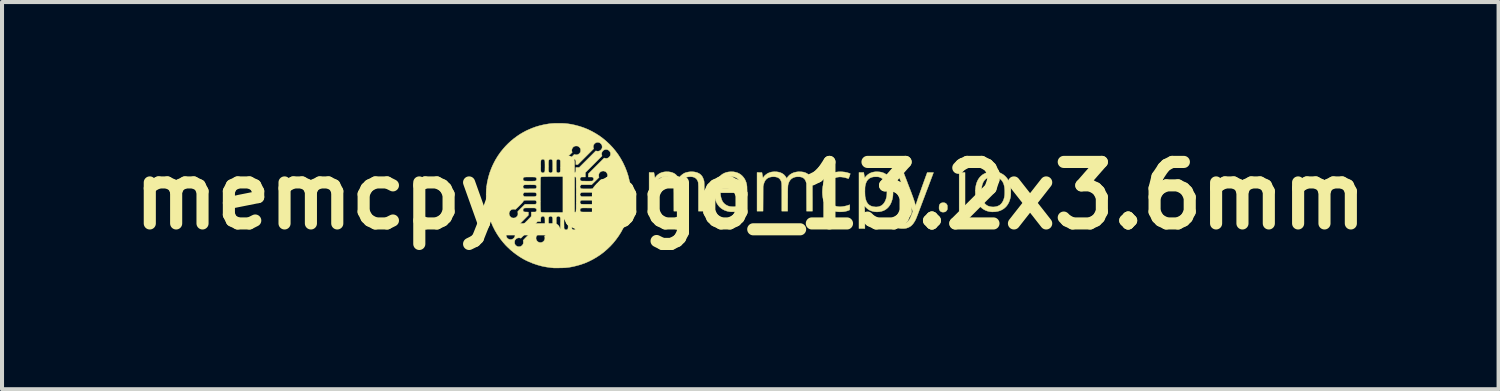
<source format=kicad_pcb>
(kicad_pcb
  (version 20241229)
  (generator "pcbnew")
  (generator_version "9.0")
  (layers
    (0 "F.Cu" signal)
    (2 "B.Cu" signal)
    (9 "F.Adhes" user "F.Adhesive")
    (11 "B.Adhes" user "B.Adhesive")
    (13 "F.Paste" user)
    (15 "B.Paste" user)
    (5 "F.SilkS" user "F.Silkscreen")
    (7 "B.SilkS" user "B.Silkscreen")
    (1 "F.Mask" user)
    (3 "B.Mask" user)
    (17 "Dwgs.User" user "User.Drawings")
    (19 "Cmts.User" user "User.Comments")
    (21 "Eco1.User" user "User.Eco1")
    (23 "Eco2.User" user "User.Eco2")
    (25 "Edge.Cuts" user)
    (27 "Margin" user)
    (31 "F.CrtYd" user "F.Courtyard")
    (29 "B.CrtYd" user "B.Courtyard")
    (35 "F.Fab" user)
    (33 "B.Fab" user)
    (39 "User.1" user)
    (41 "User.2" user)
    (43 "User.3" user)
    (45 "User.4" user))
  (footprint "memcpy_logo_13.2x3.6mm"
    (layer "F.Cu")
    (at 15.538 1.796)
    (property "Reference" "memcpy_logo_13.2x3.6mm" (at 0 0 0) (layer "F.SilkS") (effects (font (size 1.524 1.524) (thickness 0.3))))
    (attr through_hole)
    (fp_poly (pts (xy 5.319 0.385) (xy 5.174 0.385) (xy 5.174 -0.573) (xy 5.319 -0.573) (xy 5.319 0.385)) (stroke (width 0.01) (type solid)) (fill yes) (layer "F.SilkS"))
    (fp_poly (pts (xy 5.271 -0.927) (xy 5.291 -0.919) (xy 5.309 -0.905) (xy 5.311 -0.902) (xy 5.322 -0.886) (xy 5.329 -0.868) (xy 5.332 -0.846) (xy 5.332 -0.836) (xy 5.329 -0.808) (xy 5.322 -0.784) (xy 5.31 -0.765) (xy 5.293 -0.751) (xy 5.286 -0.747) (xy 5.271 -0.742) (xy 5.254 -0.739) (xy 5.237 -0.738) (xy 5.225 -0.74) (xy 5.202 -0.751) (xy 5.183 -0.767) (xy 5.17 -0.787) (xy 5.162 -0.811) (xy 5.16 -0.838) (xy 5.165 -0.867) (xy 5.174 -0.891) (xy 5.187 -0.909) (xy 5.204 -0.922) (xy 5.226 -0.928) (xy 5.246 -0.93) (xy 5.271 -0.927)) (stroke (width 0.01) (type solid)) (fill yes) (layer "F.SilkS"))
    (fp_poly (pts (xy 4.802 0.176) (xy 4.827 0.183) (xy 4.848 0.196) (xy 4.865 0.214) (xy 4.872 0.226) (xy 4.876 0.234) (xy 4.879 0.242) (xy 4.881 0.25) (xy 4.882 0.261) (xy 4.882 0.276) (xy 4.882 0.292) (xy 4.882 0.312) (xy 4.882 0.327) (xy 4.88 0.337) (xy 4.878 0.345) (xy 4.876 0.352) (xy 4.874 0.354) (xy 4.86 0.376) (xy 4.843 0.392) (xy 4.823 0.402) (xy 4.799 0.408) (xy 4.784 0.409) (xy 4.762 0.409) (xy 4.745 0.406) (xy 4.741 0.405) (xy 4.72 0.395) (xy 4.704 0.382) (xy 4.692 0.365) (xy 4.687 0.357) (xy 4.682 0.345) (xy 4.679 0.335) (xy 4.677 0.325) (xy 4.676 0.311) (xy 4.676 0.296) (xy 4.677 0.272) (xy 4.679 0.252) (xy 4.683 0.236) (xy 4.69 0.221) (xy 4.696 0.212) (xy 4.711 0.195) (xy 4.729 0.184) (xy 4.752 0.177) (xy 4.772 0.175) (xy 4.802 0.176)) (stroke (width 0.01) (type solid)) (fill yes) (layer "F.SilkS"))
    (fp_poly (pts (xy 2.28 -0.589) (xy 2.332 -0.584) (xy 2.379 -0.575) (xy 2.393 -0.572) (xy 2.409 -0.567) (xy 2.427 -0.562) (xy 2.444 -0.556) (xy 2.459 -0.551) (xy 2.469 -0.547) (xy 2.474 -0.545) (xy 2.475 -0.542) (xy 2.474 -0.536) (xy 2.471 -0.525) (xy 2.466 -0.509) (xy 2.458 -0.487) (xy 2.457 -0.483) (xy 2.449 -0.463) (xy 2.443 -0.446) (xy 2.438 -0.433) (xy 2.435 -0.425) (xy 2.433 -0.422) (xy 2.429 -0.422) (xy 2.42 -0.425) (xy 2.407 -0.428) (xy 2.398 -0.431) (xy 2.35 -0.445) (xy 2.303 -0.455) (xy 2.259 -0.461) (xy 2.219 -0.463) (xy 2.201 -0.462) (xy 2.154 -0.456) (xy 2.112 -0.444) (xy 2.075 -0.427) (xy 2.042 -0.404) (xy 2.014 -0.376) (xy 1.99 -0.342) (xy 1.971 -0.303) (xy 1.955 -0.257) (xy 1.944 -0.206) (xy 1.938 -0.149) (xy 1.938 -0.149) (xy 1.935 -0.095) (xy 1.937 -0.042) (xy 1.942 0.009) (xy 1.951 0.056) (xy 1.963 0.099) (xy 1.968 0.112) (xy 1.982 0.141) (xy 1.997 0.167) (xy 2.017 0.191) (xy 2.03 0.205) (xy 2.056 0.228) (xy 2.082 0.246) (xy 2.111 0.259) (xy 2.144 0.268) (xy 2.181 0.273) (xy 2.201 0.275) (xy 2.244 0.275) (xy 2.29 0.27) (xy 2.339 0.262) (xy 2.387 0.251) (xy 2.433 0.236) (xy 2.457 0.227) (xy 2.46 0.226) (xy 2.461 0.228) (xy 2.463 0.232) (xy 2.463 0.24) (xy 2.464 0.252) (xy 2.464 0.27) (xy 2.464 0.288) (xy 2.464 0.313) (xy 2.463 0.332) (xy 2.462 0.344) (xy 2.461 0.352) (xy 2.459 0.355) (xy 2.452 0.359) (xy 2.44 0.364) (xy 2.424 0.371) (xy 2.406 0.377) (xy 2.388 0.382) (xy 2.38 0.384) (xy 2.345 0.392) (xy 2.305 0.398) (xy 2.262 0.401) (xy 2.219 0.402) (xy 2.178 0.401) (xy 2.141 0.397) (xy 2.139 0.397) (xy 2.084 0.386) (xy 2.033 0.369) (xy 1.987 0.346) (xy 1.945 0.317) (xy 1.907 0.283) (xy 1.875 0.244) (xy 1.846 0.198) (xy 1.84 0.186) (xy 1.821 0.141) (xy 1.805 0.093) (xy 1.795 0.04) (xy 1.788 -0.017) (xy 1.785 -0.079) (xy 1.785 -0.09) (xy 1.788 -0.159) (xy 1.795 -0.222) (xy 1.807 -0.28) (xy 1.824 -0.333) (xy 1.846 -0.381) (xy 1.873 -0.425) (xy 1.906 -0.465) (xy 1.919 -0.479) (xy 1.955 -0.511) (xy 1.995 -0.537) (xy 2.038 -0.558) (xy 2.085 -0.574) (xy 2.128 -0.583) (xy 2.177 -0.589) (xy 2.228 -0.591) (xy 2.28 -0.589)) (stroke (width 0.01) (type solid)) (fill yes) (layer "F.SilkS"))
    (fp_poly (pts (xy -0.416 -0.589) (xy -0.366 -0.58) (xy -0.319 -0.566) (xy -0.276 -0.546) (xy -0.236 -0.52) (xy -0.2 -0.488) (xy -0.196 -0.484) (xy -0.165 -0.448) (xy -0.139 -0.41) (xy -0.119 -0.37) (xy -0.102 -0.325) (xy -0.092 -0.285) (xy -0.089 -0.271) (xy -0.087 -0.258) (xy -0.085 -0.244) (xy -0.083 -0.228) (xy -0.082 -0.208) (xy -0.082 -0.184) (xy -0.081 -0.157) (xy -0.079 -0.069) (xy -0.741 -0.069) (xy -0.739 -0.037) (xy -0.734 0.008) (xy -0.724 0.052) (xy -0.711 0.094) (xy -0.695 0.132) (xy -0.68 0.157) (xy -0.655 0.188) (xy -0.625 0.215) (xy -0.589 0.238) (xy -0.551 0.256) (xy -0.521 0.265) (xy -0.484 0.272) (xy -0.442 0.275) (xy -0.397 0.275) (xy -0.349 0.271) (xy -0.3 0.264) (xy -0.251 0.254) (xy -0.203 0.241) (xy -0.161 0.227) (xy -0.148 0.222) (xy -0.136 0.218) (xy -0.128 0.215) (xy -0.128 0.215) (xy -0.12 0.213) (xy -0.12 0.34) (xy -0.13 0.345) (xy -0.158 0.356) (xy -0.19 0.367) (xy -0.226 0.378) (xy -0.262 0.387) (xy -0.296 0.394) (xy -0.299 0.394) (xy -0.32 0.397) (xy -0.345 0.399) (xy -0.374 0.4) (xy -0.405 0.401) (xy -0.436 0.401) (xy -0.465 0.401) (xy -0.491 0.4) (xy -0.512 0.398) (xy -0.519 0.397) (xy -0.576 0.385) (xy -0.63 0.367) (xy -0.678 0.343) (xy -0.722 0.314) (xy -0.762 0.28) (xy -0.796 0.24) (xy -0.825 0.196) (xy -0.836 0.175) (xy -0.855 0.133) (xy -0.869 0.09) (xy -0.88 0.045) (xy -0.886 -0.003) (xy -0.89 -0.056) (xy -0.89 -0.087) (xy -0.888 -0.156) (xy -0.883 -0.194) (xy -0.737 -0.194) (xy -0.737 -0.185) (xy -0.236 -0.185) (xy -0.236 -0.208) (xy -0.237 -0.23) (xy -0.24 -0.257) (xy -0.245 -0.284) (xy -0.252 -0.309) (xy -0.255 -0.319) (xy -0.27 -0.356) (xy -0.291 -0.388) (xy -0.316 -0.416) (xy -0.346 -0.439) (xy -0.38 -0.455) (xy -0.405 -0.463) (xy -0.427 -0.467) (xy -0.454 -0.469) (xy -0.482 -0.469) (xy -0.509 -0.468) (xy -0.533 -0.464) (xy -0.539 -0.463) (xy -0.578 -0.45) (xy -0.614 -0.431) (xy -0.645 -0.405) (xy -0.672 -0.375) (xy -0.695 -0.338) (xy -0.713 -0.297) (xy -0.727 -0.25) (xy -0.729 -0.24) (xy -0.732 -0.224) (xy -0.735 -0.209) (xy -0.736 -0.198) (xy -0.737 -0.194) (xy -0.883 -0.194) (xy -0.881 -0.219) (xy -0.868 -0.277) (xy -0.851 -0.331) (xy -0.828 -0.38) (xy -0.801 -0.423) (xy -0.767 -0.466) (xy -0.73 -0.503) (xy -0.689 -0.533) (xy -0.644 -0.557) (xy -0.596 -0.575) (xy -0.544 -0.586) (xy -0.489 -0.591) (xy -0.472 -0.591) (xy -0.416 -0.589)) (stroke (width 0.01) (type solid)) (fill yes) (layer "F.SilkS"))
    (fp_poly (pts (xy 6.039 -0.59) (xy 6.094 -0.586) (xy 6.143 -0.577) (xy 6.188 -0.563) (xy 6.229 -0.543) (xy 6.269 -0.518) (xy 6.306 -0.488) (xy 6.313 -0.481) (xy 6.347 -0.445) (xy 6.375 -0.407) (xy 6.399 -0.365) (xy 6.419 -0.319) (xy 6.435 -0.268) (xy 6.443 -0.233) (xy 6.446 -0.218) (xy 6.449 -0.205) (xy 6.45 -0.192) (xy 6.452 -0.179) (xy 6.452 -0.163) (xy 6.453 -0.144) (xy 6.453 -0.12) (xy 6.453 -0.096) (xy 6.453 -0.058) (xy 6.452 -0.025) (xy 6.45 0.003) (xy 6.447 0.029) (xy 6.442 0.053) (xy 6.436 0.078) (xy 6.428 0.105) (xy 6.426 0.112) (xy 6.406 0.165) (xy 6.38 0.213) (xy 6.35 0.256) (xy 6.314 0.294) (xy 6.274 0.327) (xy 6.23 0.353) (xy 6.182 0.375) (xy 6.129 0.39) (xy 6.073 0.399) (xy 6.014 0.402) (xy 6.009 0.402) (xy 5.982 0.402) (xy 5.953 0.399) (xy 5.928 0.396) (xy 5.925 0.395) (xy 5.872 0.383) (xy 5.822 0.364) (xy 5.777 0.339) (xy 5.735 0.309) (xy 5.698 0.274) (xy 5.666 0.233) (xy 5.638 0.188) (xy 5.615 0.138) (xy 5.597 0.084) (xy 5.584 0.025) (xy 5.576 -0.037) (xy 5.574 -0.094) (xy 5.725 -0.094) (xy 5.727 -0.032) (xy 5.734 0.025) (xy 5.745 0.076) (xy 5.761 0.121) (xy 5.782 0.161) (xy 5.807 0.195) (xy 5.836 0.224) (xy 5.864 0.244) (xy 5.897 0.26) (xy 5.934 0.271) (xy 5.974 0.278) (xy 6.015 0.281) (xy 6.057 0.278) (xy 6.091 0.272) (xy 6.127 0.261) (xy 6.159 0.247) (xy 6.187 0.229) (xy 6.21 0.208) (xy 6.235 0.178) (xy 6.257 0.142) (xy 6.275 0.101) (xy 6.289 0.055) (xy 6.295 0.026) (xy 6.299 -0.003) (xy 6.302 -0.036) (xy 6.303 -0.073) (xy 6.303 -0.111) (xy 6.302 -0.148) (xy 6.299 -0.183) (xy 6.295 -0.214) (xy 6.292 -0.231) (xy 6.281 -0.275) (xy 6.267 -0.313) (xy 6.25 -0.345) (xy 6.229 -0.375) (xy 6.204 -0.401) (xy 6.203 -0.402) (xy 6.172 -0.426) (xy 6.138 -0.445) (xy 6.099 -0.458) (xy 6.056 -0.466) (xy 6.009 -0.468) (xy 5.993 -0.467) (xy 5.964 -0.465) (xy 5.939 -0.461) (xy 5.917 -0.456) (xy 5.894 -0.448) (xy 5.876 -0.439) (xy 5.842 -0.419) (xy 5.812 -0.393) (xy 5.787 -0.362) (xy 5.766 -0.325) (xy 5.75 -0.283) (xy 5.737 -0.235) (xy 5.729 -0.181) (xy 5.725 -0.121) (xy 5.725 -0.094) (xy 5.574 -0.094) (xy 5.574 -0.103) (xy 5.574 -0.12) (xy 5.579 -0.186) (xy 5.589 -0.247) (xy 5.603 -0.304) (xy 5.623 -0.355) (xy 5.647 -0.402) (xy 5.677 -0.445) (xy 5.707 -0.478) (xy 5.746 -0.512) (xy 5.789 -0.539) (xy 5.836 -0.561) (xy 5.887 -0.577) (xy 5.942 -0.587) (xy 6.002 -0.591) (xy 6.039 -0.59)) (stroke (width 0.01) (type solid)) (fill yes) (layer "F.SilkS"))
    (fp_poly (pts (xy 3.195 -0.588) (xy 3.247 -0.58) (xy 3.294 -0.565) (xy 3.338 -0.544) (xy 3.378 -0.517) (xy 3.414 -0.484) (xy 3.446 -0.444) (xy 3.465 -0.416) (xy 3.486 -0.375) (xy 3.503 -0.33) (xy 3.518 -0.278) (xy 3.528 -0.229) (xy 3.532 -0.198) (xy 3.535 -0.162) (xy 3.536 -0.123) (xy 3.536 -0.083) (xy 3.535 -0.043) (xy 3.533 -0.005) (xy 3.529 0.029) (xy 3.527 0.04) (xy 3.514 0.101) (xy 3.496 0.156) (xy 3.474 0.206) (xy 3.447 0.251) (xy 3.416 0.29) (xy 3.38 0.324) (xy 3.34 0.352) (xy 3.296 0.374) (xy 3.249 0.389) (xy 3.197 0.399) (xy 3.142 0.403) (xy 3.139 0.403) (xy 3.083 0.4) (xy 3.032 0.39) (xy 2.984 0.375) (xy 2.94 0.353) (xy 2.9 0.325) (xy 2.863 0.291) (xy 2.862 0.29) (xy 2.848 0.276) (xy 2.838 0.266) (xy 2.831 0.262) (xy 2.828 0.263) (xy 2.827 0.269) (xy 2.828 0.273) (xy 2.83 0.288) (xy 2.832 0.308) (xy 2.834 0.334) (xy 2.835 0.366) (xy 2.836 0.404) (xy 2.837 0.448) (xy 2.837 0.499) (xy 2.837 0.557) (xy 2.838 0.601) (xy 2.838 0.816) (xy 2.692 0.816) (xy 2.692 -0.113) (xy 2.839 -0.113) (xy 2.839 -0.083) (xy 2.84 -0.054) (xy 2.841 -0.027) (xy 2.842 -0.003) (xy 2.843 0.016) (xy 2.844 0.024) (xy 2.854 0.074) (xy 2.867 0.119) (xy 2.883 0.157) (xy 2.903 0.19) (xy 2.927 0.217) (xy 2.955 0.239) (xy 2.976 0.251) (xy 3.013 0.266) (xy 3.054 0.275) (xy 3.097 0.28) (xy 3.139 0.28) (xy 3.18 0.274) (xy 3.19 0.271) (xy 3.226 0.258) (xy 3.259 0.239) (xy 3.289 0.213) (xy 3.308 0.19) (xy 3.332 0.154) (xy 3.351 0.114) (xy 3.366 0.068) (xy 3.377 0.024) (xy 3.38 0.005) (xy 3.382 -0.019) (xy 3.383 -0.048) (xy 3.384 -0.079) (xy 3.384 -0.11) (xy 3.384 -0.142) (xy 3.382 -0.171) (xy 3.38 -0.196) (xy 3.378 -0.216) (xy 3.377 -0.22) (xy 3.365 -0.268) (xy 3.35 -0.311) (xy 3.331 -0.349) (xy 3.309 -0.381) (xy 3.285 -0.407) (xy 3.265 -0.424) (xy 3.245 -0.437) (xy 3.223 -0.448) (xy 3.202 -0.456) (xy 3.191 -0.46) (xy 3.181 -0.462) (xy 3.172 -0.464) (xy 3.161 -0.465) (xy 3.147 -0.466) (xy 3.128 -0.466) (xy 3.111 -0.466) (xy 3.087 -0.466) (xy 3.068 -0.465) (xy 3.052 -0.464) (xy 3.04 -0.462) (xy 3.027 -0.459) (xy 3.021 -0.458) (xy 2.988 -0.447) (xy 2.96 -0.433) (xy 2.935 -0.416) (xy 2.919 -0.401) (xy 2.9 -0.379) (xy 2.883 -0.354) (xy 2.87 -0.325) (xy 2.858 -0.291) (xy 2.848 -0.251) (xy 2.844 -0.229) (xy 2.842 -0.215) (xy 2.841 -0.195) (xy 2.84 -0.17) (xy 2.84 -0.143) (xy 2.839 -0.113) (xy 2.692 -0.113) (xy 2.692 -0.573) (xy 2.811 -0.573) (xy 2.815 -0.542) (xy 2.819 -0.517) (xy 2.823 -0.494) (xy 2.826 -0.474) (xy 2.829 -0.458) (xy 2.831 -0.447) (xy 2.833 -0.443) (xy 2.833 -0.443) (xy 2.836 -0.444) (xy 2.842 -0.45) (xy 2.846 -0.455) (xy 2.88 -0.493) (xy 2.916 -0.525) (xy 2.955 -0.55) (xy 2.997 -0.569) (xy 3.043 -0.582) (xy 3.093 -0.59) (xy 3.139 -0.591) (xy 3.195 -0.588)) (stroke (width 0.01) (type solid)) (fill yes) (layer "F.SilkS"))
    (fp_poly (pts (xy 0.659 -0.589) (xy 0.707 -0.581) (xy 0.75 -0.568) (xy 0.789 -0.55) (xy 0.823 -0.526) (xy 0.834 -0.517) (xy 0.85 -0.5) (xy 0.865 -0.482) (xy 0.879 -0.463) (xy 0.889 -0.445) (xy 0.893 -0.437) (xy 0.896 -0.43) (xy 0.899 -0.428) (xy 0.903 -0.431) (xy 0.908 -0.438) (xy 0.914 -0.447) (xy 0.926 -0.462) (xy 0.941 -0.48) (xy 0.958 -0.498) (xy 0.976 -0.514) (xy 0.992 -0.527) (xy 0.996 -0.529) (xy 1.038 -0.554) (xy 1.084 -0.572) (xy 1.133 -0.584) (xy 1.185 -0.591) (xy 1.216 -0.591) (xy 1.267 -0.589) (xy 1.314 -0.583) (xy 1.355 -0.571) (xy 1.392 -0.555) (xy 1.426 -0.534) (xy 1.453 -0.51) (xy 1.476 -0.485) (xy 1.494 -0.457) (xy 1.509 -0.426) (xy 1.52 -0.391) (xy 1.529 -0.35) (xy 1.533 -0.324) (xy 1.534 -0.315) (xy 1.535 -0.305) (xy 1.536 -0.293) (xy 1.536 -0.279) (xy 1.537 -0.261) (xy 1.537 -0.24) (xy 1.538 -0.215) (xy 1.538 -0.186) (xy 1.538 -0.152) (xy 1.538 -0.112) (xy 1.538 -0.067) (xy 1.538 -0.015) (xy 1.539 0.043) (xy 1.539 0.385) (xy 1.394 0.385) (xy 1.391 -0.303) (xy 1.383 -0.332) (xy 1.373 -0.36) (xy 1.362 -0.384) (xy 1.348 -0.404) (xy 1.338 -0.416) (xy 1.316 -0.435) (xy 1.29 -0.45) (xy 1.26 -0.46) (xy 1.225 -0.466) (xy 1.185 -0.467) (xy 1.172 -0.467) (xy 1.142 -0.465) (xy 1.118 -0.462) (xy 1.095 -0.456) (xy 1.074 -0.448) (xy 1.054 -0.439) (xy 1.023 -0.42) (xy 0.996 -0.395) (xy 0.973 -0.364) (xy 0.955 -0.329) (xy 0.949 -0.312) (xy 0.945 -0.301) (xy 0.942 -0.292) (xy 0.939 -0.282) (xy 0.937 -0.273) (xy 0.935 -0.262) (xy 0.933 -0.251) (xy 0.932 -0.238) (xy 0.931 -0.223) (xy 0.93 -0.205) (xy 0.929 -0.184) (xy 0.928 -0.159) (xy 0.928 -0.13) (xy 0.927 -0.096) (xy 0.927 -0.057) (xy 0.927 -0.011) (xy 0.927 0.04) (xy 0.926 0.079) (xy 0.925 0.385) (xy 0.78 0.385) (xy 0.78 0.055) (xy 0.78 -0.005) (xy 0.78 -0.058) (xy 0.78 -0.104) (xy 0.78 -0.145) (xy 0.779 -0.181) (xy 0.779 -0.212) (xy 0.779 -0.238) (xy 0.778 -0.26) (xy 0.777 -0.279) (xy 0.776 -0.295) (xy 0.775 -0.308) (xy 0.773 -0.319) (xy 0.771 -0.329) (xy 0.769 -0.338) (xy 0.767 -0.346) (xy 0.764 -0.353) (xy 0.762 -0.358) (xy 0.747 -0.39) (xy 0.726 -0.416) (xy 0.702 -0.437) (xy 0.672 -0.452) (xy 0.637 -0.462) (xy 0.597 -0.467) (xy 0.576 -0.468) (xy 0.534 -0.466) (xy 0.496 -0.459) (xy 0.461 -0.448) (xy 0.431 -0.433) (xy 0.424 -0.429) (xy 0.399 -0.409) (xy 0.378 -0.386) (xy 0.361 -0.36) (xy 0.346 -0.329) (xy 0.334 -0.292) (xy 0.327 -0.267) (xy 0.318 -0.227) (xy 0.317 0.079) (xy 0.315 0.385) (xy 0.167 0.385) (xy 0.167 -0.573) (xy 0.288 -0.572) (xy 0.296 -0.526) (xy 0.299 -0.507) (xy 0.303 -0.488) (xy 0.305 -0.473) (xy 0.307 -0.463) (xy 0.31 -0.45) (xy 0.314 -0.445) (xy 0.319 -0.446) (xy 0.324 -0.453) (xy 0.341 -0.477) (xy 0.363 -0.501) (xy 0.39 -0.523) (xy 0.418 -0.543) (xy 0.437 -0.554) (xy 0.474 -0.57) (xy 0.511 -0.582) (xy 0.55 -0.588) (xy 0.593 -0.591) (xy 0.605 -0.591) (xy 0.659 -0.589)) (stroke (width 0.01) (type solid)) (fill yes) (layer "F.SilkS"))
    (fp_poly (pts (xy -2.017 -0.589) (xy -1.968 -0.581) (xy -1.923 -0.567) (xy -1.884 -0.549) (xy -1.85 -0.525) (xy -1.821 -0.496) (xy -1.803 -0.473) (xy -1.795 -0.46) (xy -1.789 -0.449) (xy -1.786 -0.442) (xy -1.785 -0.441) (xy -1.783 -0.435) (xy -1.78 -0.432) (xy -1.777 -0.431) (xy -1.772 -0.434) (xy -1.766 -0.441) (xy -1.759 -0.451) (xy -1.736 -0.479) (xy -1.708 -0.505) (xy -1.678 -0.529) (xy -1.647 -0.549) (xy -1.624 -0.561) (xy -1.581 -0.575) (xy -1.534 -0.585) (xy -1.485 -0.591) (xy -1.436 -0.591) (xy -1.387 -0.587) (xy -1.341 -0.577) (xy -1.315 -0.569) (xy -1.277 -0.552) (xy -1.244 -0.531) (xy -1.216 -0.505) (xy -1.192 -0.474) (xy -1.173 -0.438) (xy -1.157 -0.395) (xy -1.149 -0.37) (xy -1.148 -0.365) (xy -1.147 -0.36) (xy -1.146 -0.354) (xy -1.145 -0.348) (xy -1.144 -0.34) (xy -1.144 -0.331) (xy -1.143 -0.319) (xy -1.143 -0.305) (xy -1.142 -0.287) (xy -1.142 -0.266) (xy -1.142 -0.241) (xy -1.141 -0.211) (xy -1.141 -0.177) (xy -1.141 -0.137) (xy -1.141 -0.091) (xy -1.141 -0.039) (xy -1.14 0.02) (xy -1.14 0.023) (xy -1.139 0.385) (xy -1.285 0.385) (xy -1.285 0.049) (xy -1.285 -0.011) (xy -1.285 -0.064) (xy -1.285 -0.111) (xy -1.285 -0.152) (xy -1.285 -0.187) (xy -1.285 -0.218) (xy -1.286 -0.245) (xy -1.287 -0.267) (xy -1.288 -0.286) (xy -1.289 -0.302) (xy -1.29 -0.315) (xy -1.292 -0.326) (xy -1.294 -0.336) (xy -1.296 -0.344) (xy -1.299 -0.352) (xy -1.302 -0.36) (xy -1.306 -0.368) (xy -1.308 -0.373) (xy -1.325 -0.402) (xy -1.348 -0.426) (xy -1.375 -0.445) (xy -1.407 -0.458) (xy -1.425 -0.463) (xy -1.451 -0.466) (xy -1.481 -0.468) (xy -1.512 -0.467) (xy -1.542 -0.464) (xy -1.559 -0.461) (xy -1.599 -0.45) (xy -1.633 -0.434) (xy -1.663 -0.413) (xy -1.688 -0.386) (xy -1.709 -0.354) (xy -1.726 -0.315) (xy -1.737 -0.279) (xy -1.747 -0.241) (xy -1.748 0.072) (xy -1.749 0.385) (xy -1.894 0.385) (xy -1.895 0.043) (xy -1.895 -0.015) (xy -1.895 -0.066) (xy -1.896 -0.11) (xy -1.896 -0.149) (xy -1.896 -0.182) (xy -1.896 -0.21) (xy -1.897 -0.234) (xy -1.897 -0.254) (xy -1.897 -0.27) (xy -1.898 -0.283) (xy -1.899 -0.294) (xy -1.899 -0.302) (xy -1.9 -0.309) (xy -1.901 -0.315) (xy -1.902 -0.32) (xy -1.903 -0.324) (xy -1.904 -0.327) (xy -1.917 -0.363) (xy -1.933 -0.394) (xy -1.953 -0.419) (xy -1.977 -0.438) (xy -2.005 -0.453) (xy -2.038 -0.463) (xy -2.039 -0.463) (xy -2.059 -0.466) (xy -2.083 -0.467) (xy -2.11 -0.467) (xy -2.137 -0.466) (xy -2.161 -0.463) (xy -2.181 -0.46) (xy -2.183 -0.459) (xy -2.221 -0.446) (xy -2.254 -0.427) (xy -2.283 -0.403) (xy -2.307 -0.373) (xy -2.326 -0.338) (xy -2.34 -0.299) (xy -2.343 -0.288) (xy -2.346 -0.277) (xy -2.349 -0.266) (xy -2.351 -0.255) (xy -2.353 -0.243) (xy -2.355 -0.229) (xy -2.356 -0.214) (xy -2.357 -0.196) (xy -2.358 -0.175) (xy -2.359 -0.15) (xy -2.36 -0.122) (xy -2.36 -0.088) (xy -2.36 -0.05) (xy -2.361 -0.006) (xy -2.361 0.045) (xy -2.361 0.092) (xy -2.363 0.385) (xy -2.507 0.385) (xy -2.507 -0.573) (xy -2.388 -0.573) (xy -2.382 -0.54) (xy -2.377 -0.51) (xy -2.373 -0.487) (xy -2.369 -0.469) (xy -2.367 -0.457) (xy -2.364 -0.448) (xy -2.363 -0.444) (xy -2.362 -0.443) (xy -2.362 -0.443) (xy -2.358 -0.445) (xy -2.352 -0.453) (xy -2.347 -0.46) (xy -2.319 -0.495) (xy -2.285 -0.525) (xy -2.247 -0.55) (xy -2.205 -0.569) (xy -2.159 -0.582) (xy -2.11 -0.59) (xy -2.071 -0.591) (xy -2.017 -0.589)) (stroke (width 0.01) (type solid)) (fill yes) (layer "F.SilkS"))
    (fp_poly (pts (xy 3.718 -0.572) (xy 3.796 -0.572) (xy 3.836 -0.468) (xy 3.856 -0.417) (xy 3.873 -0.372) (xy 3.889 -0.331) (xy 3.902 -0.295) (xy 3.915 -0.261) (xy 3.927 -0.23) (xy 3.939 -0.2) (xy 3.95 -0.171) (xy 3.955 -0.158) (xy 3.979 -0.097) (xy 4 -0.039) (xy 4.02 0.014) (xy 4.037 0.063) (xy 4.052 0.107) (xy 4.065 0.146) (xy 4.075 0.179) (xy 4.083 0.207) (xy 4.087 0.228) (xy 4.088 0.23) (xy 4.091 0.24) (xy 4.095 0.243) (xy 4.099 0.239) (xy 4.102 0.23) (xy 4.104 0.223) (xy 4.108 0.209) (xy 4.113 0.192) (xy 4.12 0.17) (xy 4.128 0.146) (xy 4.136 0.121) (xy 4.145 0.095) (xy 4.153 0.07) (xy 4.161 0.046) (xy 4.168 0.026) (xy 4.17 0.02) (xy 4.175 0.005) (xy 4.182 -0.014) (xy 4.191 -0.038) (xy 4.2 -0.063) (xy 4.209 -0.088) (xy 4.211 -0.094) (xy 4.22 -0.12) (xy 4.23 -0.147) (xy 4.24 -0.177) (xy 4.252 -0.21) (xy 4.265 -0.246) (xy 4.28 -0.287) (xy 4.296 -0.333) (xy 4.315 -0.384) (xy 4.335 -0.441) (xy 4.344 -0.466) (xy 4.354 -0.492) (xy 4.362 -0.516) (xy 4.37 -0.536) (xy 4.376 -0.552) (xy 4.38 -0.564) (xy 4.383 -0.57) (xy 4.383 -0.571) (xy 4.387 -0.571) (xy 4.398 -0.572) (xy 4.413 -0.572) (xy 4.432 -0.573) (xy 4.455 -0.573) (xy 4.462 -0.572) (xy 4.538 -0.572) (xy 4.52 -0.524) (xy 4.512 -0.501) (xy 4.502 -0.475) (xy 4.492 -0.449) (xy 4.485 -0.43) (xy 4.48 -0.416) (xy 4.472 -0.396) (xy 4.463 -0.371) (xy 4.452 -0.343) (xy 4.441 -0.313) (xy 4.429 -0.281) (xy 4.417 -0.249) (xy 4.417 -0.249) (xy 4.398 -0.198) (xy 4.378 -0.147) (xy 4.359 -0.097) (xy 4.34 -0.046) (xy 4.322 0.003) (xy 4.304 0.05) (xy 4.287 0.094) (xy 4.272 0.135) (xy 4.258 0.173) (xy 4.245 0.205) (xy 4.235 0.232) (xy 4.227 0.254) (xy 4.226 0.258) (xy 4.205 0.312) (xy 4.187 0.36) (xy 4.171 0.403) (xy 4.157 0.44) (xy 4.145 0.472) (xy 4.134 0.5) (xy 4.125 0.523) (xy 4.117 0.544) (xy 4.11 0.561) (xy 4.103 0.575) (xy 4.098 0.588) (xy 4.093 0.599) (xy 4.088 0.608) (xy 4.083 0.617) (xy 4.078 0.626) (xy 4.073 0.635) (xy 4.072 0.637) (xy 4.044 0.681) (xy 4.015 0.718) (xy 3.983 0.749) (xy 3.948 0.773) (xy 3.91 0.792) (xy 3.869 0.806) (xy 3.847 0.811) (xy 3.829 0.813) (xy 3.806 0.815) (xy 3.781 0.816) (xy 3.756 0.816) (xy 3.734 0.815) (xy 3.725 0.814) (xy 3.714 0.813) (xy 3.699 0.81) (xy 3.683 0.807) (xy 3.667 0.805) (xy 3.66 0.803) (xy 3.65 0.801) (xy 3.65 0.685) (xy 3.662 0.687) (xy 3.677 0.69) (xy 3.697 0.692) (xy 3.719 0.694) (xy 3.741 0.695) (xy 3.761 0.695) (xy 3.776 0.695) (xy 3.777 0.695) (xy 3.815 0.688) (xy 3.849 0.676) (xy 3.88 0.658) (xy 3.908 0.633) (xy 3.913 0.627) (xy 3.924 0.615) (xy 3.933 0.603) (xy 3.943 0.588) (xy 3.952 0.571) (xy 3.962 0.551) (xy 3.973 0.526) (xy 3.985 0.495) (xy 3.995 0.47) (xy 4.026 0.391) (xy 3.969 0.249) (xy 3.96 0.224) (xy 3.947 0.194) (xy 3.933 0.158) (xy 3.917 0.118) (xy 3.899 0.074) (xy 3.88 0.027) (xy 3.861 -0.022) (xy 3.84 -0.073) (xy 3.82 -0.124) (xy 3.799 -0.176) (xy 3.779 -0.225) (xy 3.76 -0.272) (xy 3.742 -0.317) (xy 3.725 -0.36) (xy 3.709 -0.4) (xy 3.694 -0.437) (xy 3.681 -0.47) (xy 3.669 -0.499) (xy 3.66 -0.523) (xy 3.652 -0.542) (xy 3.646 -0.556) (xy 3.643 -0.564) (xy 3.643 -0.565) (xy 3.64 -0.573) (xy 3.718 -0.572)) (stroke (width 0.01) (type solid)) (fill yes) (layer "F.SilkS"))
    (fp_poly (pts (xy -4.696 -1.791) (xy -4.658 -1.79) (xy -4.622 -1.789) (xy -4.591 -1.787) (xy -4.565 -1.785) (xy -4.557 -1.784) (xy -4.517 -1.779) (xy -4.482 -1.774) (xy -4.449 -1.769) (xy -4.417 -1.763) (xy -4.382 -1.755) (xy -4.344 -1.747) (xy -4.337 -1.745) (xy -4.231 -1.717) (xy -4.127 -1.682) (xy -4.025 -1.641) (xy -3.927 -1.593) (xy -3.831 -1.539) (xy -3.738 -1.48) (xy -3.65 -1.415) (xy -3.565 -1.344) (xy -3.485 -1.269) (xy -3.409 -1.189) (xy -3.339 -1.104) (xy -3.273 -1.015) (xy -3.213 -0.921) (xy -3.159 -0.824) (xy -3.15 -0.806) (xy -3.102 -0.703) (xy -3.061 -0.599) (xy -3.027 -0.495) (xy -3.001 -0.39) (xy -2.981 -0.283) (xy -2.967 -0.173) (xy -2.961 -0.061) (xy -2.96 0) (xy -2.963 0.114) (xy -2.973 0.224) (xy -2.989 0.333) (xy -3.012 0.439) (xy -3.042 0.544) (xy -3.079 0.647) (xy -3.123 0.75) (xy -3.15 0.806) (xy -3.202 0.903) (xy -3.261 0.997) (xy -3.326 1.087) (xy -3.395 1.173) (xy -3.47 1.254) (xy -3.55 1.33) (xy -3.633 1.402) (xy -3.721 1.468) (xy -3.813 1.528) (xy -3.908 1.583) (xy -4.006 1.632) (xy -4.107 1.675) (xy -4.211 1.711) (xy -4.317 1.74) (xy -4.337 1.745) (xy -4.385 1.756) (xy -4.427 1.765) (xy -4.467 1.772) (xy -4.505 1.778) (xy -4.542 1.782) (xy -4.58 1.786) (xy -4.62 1.788) (xy -4.665 1.79) (xy -4.715 1.79) (xy -4.733 1.791) (xy -4.765 1.791) (xy -4.794 1.791) (xy -4.82 1.791) (xy -4.843 1.791) (xy -4.861 1.791) (xy -4.874 1.791) (xy -4.88 1.79) (xy -4.889 1.789) (xy -4.902 1.788) (xy -4.92 1.786) (xy -4.939 1.784) (xy -4.946 1.783) (xy -5.057 1.768) (xy -5.167 1.746) (xy -5.276 1.716) (xy -5.383 1.68) (xy -5.489 1.636) (xy -5.508 1.627) (xy -5.529 1.618) (xy -5.547 1.609) (xy -5.563 1.601) (xy -5.58 1.593) (xy -5.598 1.583) (xy -5.62 1.571) (xy -5.641 1.559) (xy -5.717 1.513) (xy -5.793 1.461) (xy -5.869 1.404) (xy -5.942 1.343) (xy -6.011 1.278) (xy -6.065 1.224) (xy -6.132 1.147) (xy -5.841 1.147) (xy -5.84 1.176) (xy -5.832 1.202) (xy -5.819 1.225) (xy -5.799 1.243) (xy -5.775 1.257) (xy -5.768 1.26) (xy -5.746 1.265) (xy -5.722 1.265) (xy -5.699 1.261) (xy -5.685 1.256) (xy -5.662 1.241) (xy -5.643 1.221) (xy -5.633 1.204) (xy -5.627 1.192) (xy -5.624 1.181) (xy -5.623 1.168) (xy -5.623 1.156) (xy -5.623 1.139) (xy -5.625 1.125) (xy -5.628 1.118) (xy -5.628 1.116) (xy -5.628 1.114) (xy -5.628 1.112) (xy -5.626 1.108) (xy -5.622 1.103) (xy -5.616 1.096) (xy -5.608 1.087) (xy -5.598 1.076) (xy -5.584 1.062) (xy -5.579 1.057) (xy -5.309 1.057) (xy -5.305 1.083) (xy -5.297 1.102) (xy -5.282 1.126) (xy -5.262 1.144) (xy -5.239 1.156) (xy -5.214 1.162) (xy -5.188 1.163) (xy -5.161 1.156) (xy -5.149 1.151) (xy -5.127 1.136) (xy -5.109 1.116) (xy -5.097 1.093) (xy -5.09 1.067) (xy -5.09 1.041) (xy -5.092 1.027) (xy -5.098 1.004) (xy -5.021 0.926) (xy -5 0.905) (xy -4.981 0.887) (xy -4.964 0.871) (xy -4.951 0.859) (xy -4.941 0.85) (xy -4.935 0.847) (xy -4.935 0.847) (xy -4.918 0.839) (xy -4.906 0.826) (xy -4.901 0.816) (xy -4.899 0.811) (xy -4.898 0.805) (xy -4.897 0.796) (xy -4.896 0.785) (xy -4.896 0.769) (xy -4.895 0.749) (xy -4.895 0.724) (xy -4.895 0.692) (xy -4.895 0.678) (xy -4.895 0.644) (xy -4.895 0.619) (xy -4.807 0.619) (xy -4.807 0.646) (xy -4.807 0.68) (xy -4.807 0.684) (xy -4.807 0.718) (xy -4.807 0.746) (xy -4.806 0.769) (xy -4.806 0.786) (xy -4.805 0.799) (xy -4.804 0.808) (xy -4.803 0.815) (xy -4.802 0.82) (xy -4.801 0.823) (xy -4.799 0.826) (xy -4.799 0.826) (xy -4.785 0.839) (xy -4.769 0.846) (xy -4.752 0.848) (xy -4.735 0.844) (xy -4.726 0.839) (xy -4.721 0.835) (xy -4.716 0.831) (xy -4.713 0.826) (xy -4.71 0.819) (xy -4.708 0.81) (xy -4.706 0.799) (xy -4.705 0.783) (xy -4.704 0.763) (xy -4.704 0.738) (xy -4.704 0.706) (xy -4.703 0.687) (xy -4.703 0.662) (xy -4.616 0.662) (xy -4.616 0.679) (xy -4.616 0.713) (xy -4.615 0.741) (xy -4.615 0.764) (xy -4.615 0.781) (xy -4.615 0.794) (xy -4.614 0.804) (xy -4.613 0.811) (xy -4.612 0.816) (xy -4.61 0.819) (xy -4.608 0.823) (xy -4.607 0.824) (xy -4.594 0.838) (xy -4.578 0.846) (xy -4.561 0.848) (xy -4.544 0.844) (xy -4.537 0.84) (xy -4.529 0.833) (xy -4.521 0.823) (xy -4.521 0.823) (xy -4.519 0.819) (xy -4.518 0.815) (xy -4.517 0.81) (xy -4.516 0.803) (xy -4.515 0.792) (xy -4.514 0.778) (xy -4.514 0.76) (xy -4.514 0.737) (xy -4.514 0.708) (xy -4.514 0.679) (xy -4.423 0.679) (xy -4.423 0.713) (xy -4.423 0.741) (xy -4.423 0.764) (xy -4.423 0.781) (xy -4.422 0.794) (xy -4.422 0.804) (xy -4.421 0.811) (xy -4.419 0.816) (xy -4.418 0.819) (xy -4.416 0.823) (xy -4.415 0.824) (xy -4.402 0.838) (xy -4.386 0.846) (xy -4.369 0.848) (xy -4.352 0.844) (xy -4.345 0.84) (xy -4.337 0.833) (xy -4.329 0.823) (xy -4.329 0.823) (xy -4.327 0.819) (xy -4.325 0.815) (xy -4.324 0.81) (xy -4.323 0.803) (xy -4.323 0.792) (xy -4.322 0.778) (xy -4.322 0.76) (xy -4.322 0.737) (xy -4.322 0.708) (xy -4.322 0.679) (xy -4.322 0.644) (xy -4.322 0.616) (xy -4.322 0.593) (xy -4.322 0.576) (xy -4.323 0.563) (xy -4.323 0.553) (xy -4.324 0.546) (xy -4.326 0.541) (xy -4.327 0.537) (xy -4.329 0.535) (xy -4.341 0.52) (xy -4.357 0.512) (xy -4.37 0.51) (xy -4.39 0.513) (xy -4.405 0.522) (xy -4.415 0.533) (xy -4.417 0.536) (xy -4.419 0.54) (xy -4.42 0.544) (xy -4.421 0.55) (xy -4.422 0.558) (xy -4.423 0.57) (xy -4.423 0.585) (xy -4.423 0.605) (xy -4.423 0.63) (xy -4.423 0.662) (xy -4.423 0.679) (xy -4.514 0.679) (xy -4.514 0.644) (xy -4.514 0.616) (xy -4.514 0.593) (xy -4.515 0.576) (xy -4.515 0.563) (xy -4.516 0.553) (xy -4.517 0.546) (xy -4.518 0.541) (xy -4.519 0.537) (xy -4.521 0.535) (xy -4.533 0.52) (xy -4.549 0.512) (xy -4.562 0.51) (xy -4.582 0.513) (xy -4.598 0.522) (xy -4.607 0.533) (xy -4.609 0.536) (xy -4.611 0.54) (xy -4.613 0.544) (xy -4.614 0.55) (xy -4.614 0.558) (xy -4.615 0.57) (xy -4.615 0.585) (xy -4.615 0.605) (xy -4.616 0.63) (xy -4.616 0.662) (xy -4.703 0.662) (xy -4.703 0.648) (xy -4.703 0.615) (xy -4.704 0.589) (xy -4.704 0.568) (xy -4.705 0.554) (xy -4.706 0.548) (xy -4.714 0.533) (xy -4.726 0.52) (xy -4.741 0.512) (xy -4.748 0.51) (xy -4.765 0.51) (xy -4.781 0.517) (xy -4.795 0.528) (xy -4.801 0.537) (xy -4.802 0.541) (xy -4.804 0.545) (xy -4.805 0.551) (xy -4.806 0.558) (xy -4.807 0.567) (xy -4.807 0.58) (xy -4.807 0.597) (xy -4.807 0.619) (xy -4.895 0.619) (xy -4.895 0.617) (xy -4.895 0.596) (xy -4.896 0.579) (xy -4.896 0.567) (xy -4.897 0.557) (xy -4.898 0.551) (xy -4.899 0.545) (xy -4.901 0.541) (xy -4.902 0.539) (xy -4.913 0.524) (xy -4.927 0.514) (xy -4.943 0.51) (xy -4.96 0.512) (xy -4.976 0.52) (xy -4.99 0.534) (xy -4.991 0.535) (xy -4.993 0.538) (xy -4.994 0.541) (xy -4.996 0.546) (xy -4.997 0.553) (xy -4.998 0.562) (xy -4.998 0.575) (xy -4.999 0.593) (xy -4.999 0.615) (xy -4.999 0.644) (xy -4.999 0.673) (xy -5 0.8) (xy -5.076 0.876) (xy -5.152 0.952) (xy -5.164 0.948) (xy -5.173 0.945) (xy -5.187 0.944) (xy -5.2 0.943) (xy -5.228 0.947) (xy -5.254 0.957) (xy -5.275 0.973) (xy -5.293 0.994) (xy -5.3 1.007) (xy -5.307 1.031) (xy -5.309 1.057) (xy -5.579 1.057) (xy -5.568 1.045) (xy -5.548 1.025) (xy -5.524 1.001) (xy -5.495 0.972) (xy -5.462 0.939) (xy -5.435 0.912) (xy -5.238 0.715) (xy -5.192 0.715) (xy -5.192 0.758) (xy -5.192 0.784) (xy -5.19 0.804) (xy -5.186 0.818) (xy -5.18 0.829) (xy -5.171 0.838) (xy -5.17 0.839) (xy -5.155 0.845) (xy -5.138 0.847) (xy -5.121 0.844) (xy -5.11 0.839) (xy -5.104 0.835) (xy -5.1 0.83) (xy -5.096 0.824) (xy -5.093 0.816) (xy -5.091 0.806) (xy -5.089 0.793) (xy -5.088 0.775) (xy -5.088 0.753) (xy -5.087 0.725) (xy -5.087 0.691) (xy -5.087 0.678) (xy -5.087 0.644) (xy -5.087 0.617) (xy -5.088 0.596) (xy -5.088 0.579) (xy -5.089 0.567) (xy -5.089 0.557) (xy -5.09 0.551) (xy -5.092 0.545) (xy -5.094 0.541) (xy -5.094 0.539) (xy -5.105 0.524) (xy -5.119 0.514) (xy -5.135 0.51) (xy -5.152 0.512) (xy -5.168 0.52) (xy -5.183 0.534) (xy -5.183 0.535) (xy -5.186 0.54) (xy -5.189 0.546) (xy -5.19 0.555) (xy -5.191 0.567) (xy -5.192 0.585) (xy -5.192 0.594) (xy -5.193 0.642) (xy -5.27 0.642) (xy -5.477 0.849) (xy -5.684 1.055) (xy -5.7 1.05) (xy -5.724 1.046) (xy -5.749 1.047) (xy -5.773 1.054) (xy -5.795 1.065) (xy -5.813 1.081) (xy -5.814 1.082) (xy -5.828 1.101) (xy -5.836 1.118) (xy -5.84 1.137) (xy -5.841 1.147) (xy -6.132 1.147) (xy -6.14 1.138) (xy -6.209 1.048) (xy -6.256 0.978) (xy -6.049 0.978) (xy -6.046 1.005) (xy -6.036 1.03) (xy -6.022 1.051) (xy -6.003 1.068) (xy -5.981 1.08) (xy -5.957 1.087) (xy -5.931 1.088) (xy -5.904 1.083) (xy -5.899 1.081) (xy -5.876 1.069) (xy -5.857 1.051) (xy -5.841 1.028) (xy -5.84 1.026) (xy -5.834 1.015) (xy -5.831 1.004) (xy -5.83 0.991) (xy -5.83 0.978) (xy -5.83 0.961) (xy -5.832 0.947) (xy -5.834 0.94) (xy -5.835 0.938) (xy -5.835 0.936) (xy -5.834 0.934) (xy -5.832 0.93) (xy -5.829 0.925) (xy -5.823 0.919) (xy -5.815 0.91) (xy -5.805 0.899) (xy -5.792 0.885) (xy -5.776 0.868) (xy -5.756 0.848) (xy -5.732 0.824) (xy -5.704 0.796) (xy -5.672 0.764) (xy -5.636 0.728) (xy -5.604 0.696) (xy -5.574 0.665) (xy -5.545 0.636) (xy -5.518 0.61) (xy -5.495 0.585) (xy -5.474 0.564) (xy -5.457 0.546) (xy -5.443 0.532) (xy -5.434 0.522) (xy -5.429 0.517) (xy -5.429 0.516) (xy -5.427 0.51) (xy -5.426 0.497) (xy -5.425 0.479) (xy -5.425 0.458) (xy -5.425 0.406) (xy -5.322 0.406) (xy -5.308 0.392) (xy -5.3 0.383) (xy -5.296 0.376) (xy -5.294 0.366) (xy -5.294 0.359) (xy -5.296 0.34) (xy -5.304 0.325) (xy -5.317 0.314) (xy -5.321 0.312) (xy -5.326 0.31) (xy -5.331 0.309) (xy -5.337 0.307) (xy -5.345 0.306) (xy -5.356 0.306) (xy -5.37 0.305) (xy -5.389 0.305) (xy -5.414 0.305) (xy -5.444 0.305) (xy -5.463 0.305) (xy -5.497 0.305) (xy -5.525 0.305) (xy -5.547 0.305) (xy -5.564 0.306) (xy -5.577 0.306) (xy -5.586 0.307) (xy -5.593 0.308) (xy -5.598 0.309) (xy -5.602 0.311) (xy -5.602 0.311) (xy -5.618 0.322) (xy -5.627 0.338) (xy -5.631 0.355) (xy -5.628 0.374) (xy -5.626 0.38) (xy -5.621 0.389) (xy -5.615 0.395) (xy -5.607 0.4) (xy -5.596 0.403) (xy -5.58 0.405) (xy -5.559 0.406) (xy -5.55 0.406) (xy -5.499 0.408) (xy -5.497 0.484) (xy -5.694 0.682) (xy -5.731 0.718) (xy -5.763 0.75) (xy -5.79 0.777) (xy -5.813 0.8) (xy -5.833 0.819) (xy -5.849 0.835) (xy -5.862 0.848) (xy -5.872 0.857) (xy -5.881 0.865) (xy -5.887 0.87) (xy -5.891 0.873) (xy -5.895 0.875) (xy -5.897 0.875) (xy -5.899 0.875) (xy -5.9 0.874) (xy -5.909 0.872) (xy -5.922 0.87) (xy -5.938 0.869) (xy -5.954 0.87) (xy -5.966 0.871) (xy -5.977 0.874) (xy -5.988 0.88) (xy -6.012 0.896) (xy -6.03 0.916) (xy -6.042 0.94) (xy -6.048 0.967) (xy -6.049 0.978) (xy -6.256 0.978) (xy -6.272 0.954) (xy -6.329 0.857) (xy -6.38 0.755) (xy -6.425 0.65) (xy -6.454 0.572) (xy -6.474 0.507) (xy -6.491 0.447) (xy -5.976 0.447) (xy -5.973 0.47) (xy -5.964 0.493) (xy -5.951 0.514) (xy -5.935 0.532) (xy -5.916 0.545) (xy -5.907 0.549) (xy -5.888 0.553) (xy -5.866 0.555) (xy -5.844 0.553) (xy -5.827 0.549) (xy -5.808 0.54) (xy -5.79 0.525) (xy -5.774 0.508) (xy -5.767 0.496) (xy -5.762 0.485) (xy -5.759 0.475) (xy -5.757 0.463) (xy -5.757 0.446) (xy -5.758 0.428) (xy -5.759 0.414) (xy -5.762 0.407) (xy -5.763 0.404) (xy -5.763 0.402) (xy -5.762 0.398) (xy -5.759 0.393) (xy -5.754 0.387) (xy -5.745 0.378) (xy -5.734 0.366) (xy -5.719 0.351) (xy -5.7 0.331) (xy -5.676 0.307) (xy -5.674 0.306) (xy -5.582 0.214) (xy -5.322 0.214) (xy -5.308 0.2) (xy -5.3 0.191) (xy -5.296 0.183) (xy -5.294 0.174) (xy -5.294 0.167) (xy -5.296 0.148) (xy -5.304 0.133) (xy -5.317 0.122) (xy -5.322 0.12) (xy -5.326 0.118) (xy -5.331 0.116) (xy -5.336 0.115) (xy -5.344 0.114) (xy -5.354 0.113) (xy -5.368 0.113) (xy -5.385 0.113) (xy -5.408 0.113) (xy -5.437 0.113) (xy -5.468 0.113) (xy -5.504 0.114) (xy -5.533 0.114) (xy -5.557 0.114) (xy -5.575 0.115) (xy -5.59 0.117) (xy -5.601 0.119) (xy -5.609 0.122) (xy -5.614 0.125) (xy -5.619 0.13) (xy -5.623 0.137) (xy -5.626 0.144) (xy -5.628 0.147) (xy -5.633 0.155) (xy -5.642 0.166) (xy -5.654 0.18) (xy -5.67 0.197) (xy -5.687 0.215) (xy -5.706 0.235) (xy -5.725 0.254) (xy -5.745 0.274) (xy -5.764 0.292) (xy -5.781 0.308) (xy -5.796 0.322) (xy -5.809 0.333) (xy -5.818 0.34) (xy -5.823 0.343) (xy -5.823 0.343) (xy -5.848 0.337) (xy -5.874 0.336) (xy -5.9 0.341) (xy -5.918 0.348) (xy -5.938 0.362) (xy -5.954 0.381) (xy -5.967 0.404) (xy -5.975 0.429) (xy -5.976 0.447) (xy -6.491 0.447) (xy -6.492 0.441) (xy -6.508 0.373) (xy -6.521 0.3) (xy -6.533 0.223) (xy -6.539 0.172) (xy -6.541 0.156) (xy -6.542 0.133) (xy -6.543 0.106) (xy -6.543 0.096) (xy -5.2 0.096) (xy -5.2 0.147) (xy -5.2 0.192) (xy -5.2 0.231) (xy -5.199 0.265) (xy -5.199 0.294) (xy -5.199 0.319) (xy -5.198 0.339) (xy -5.197 0.356) (xy -5.196 0.37) (xy -5.195 0.38) (xy -5.194 0.389) (xy -5.192 0.395) (xy -5.191 0.399) (xy -5.188 0.403) (xy -5.186 0.405) (xy -5.183 0.407) (xy -5.18 0.408) (xy -5.177 0.41) (xy -5.175 0.411) (xy -5.173 0.412) (xy -5.169 0.413) (xy -5.165 0.414) (xy -5.159 0.415) (xy -5.151 0.415) (xy -5.141 0.416) (xy -5.128 0.416) (xy -5.111 0.416) (xy -5.091 0.417) (xy -5.067 0.417) (xy -5.039 0.417) (xy -5.005 0.417) (xy -4.967 0.417) (xy -4.922 0.417) (xy -4.872 0.417) (xy -4.815 0.417) (xy -4.758 0.417) (xy -4.694 0.417) (xy -4.637 0.417) (xy -4.587 0.417) (xy -4.543 0.417) (xy -4.505 0.417) (xy -4.471 0.417) (xy -4.443 0.417) (xy -4.419 0.416) (xy -4.399 0.416) (xy -4.383 0.416) (xy -4.37 0.415) (xy -4.359 0.415) (xy -4.351 0.414) (xy -4.346 0.414) (xy -4.342 0.413) (xy -4.339 0.412) (xy -4.337 0.411) (xy -4.334 0.41) (xy -4.331 0.409) (xy -4.328 0.407) (xy -4.326 0.405) (xy -4.323 0.402) (xy -4.322 0.397) (xy -4.32 0.391) (xy -4.319 0.383) (xy -4.318 0.372) (xy -4.317 0.358) (xy -4.317 0.356) (xy -4.218 0.356) (xy -4.217 0.372) (xy -4.211 0.385) (xy -4.211 0.385) (xy -4.207 0.39) (xy -4.203 0.395) (xy -4.199 0.398) (xy -4.193 0.401) (xy -4.186 0.403) (xy -4.175 0.404) (xy -4.161 0.405) (xy -4.143 0.406) (xy -4.12 0.406) (xy -4.092 0.406) (xy -4.057 0.406) (xy -4.049 0.406) (xy -3.912 0.406) (xy -3.899 0.395) (xy -3.886 0.38) (xy -3.881 0.364) (xy -3.882 0.346) (xy -3.884 0.339) (xy -3.891 0.326) (xy -3.901 0.316) (xy -3.902 0.315) (xy -3.905 0.313) (xy -3.908 0.311) (xy -3.913 0.31) (xy -3.919 0.308) (xy -3.927 0.308) (xy -3.939 0.307) (xy -3.955 0.307) (xy -3.975 0.306) (xy -4.001 0.306) (xy -4.033 0.306) (xy -4.046 0.306) (xy -4.082 0.305) (xy -4.113 0.305) (xy -4.137 0.305) (xy -4.156 0.306) (xy -4.171 0.307) (xy -4.182 0.309) (xy -4.191 0.311) (xy -4.197 0.314) (xy -4.202 0.318) (xy -4.207 0.322) (xy -4.211 0.328) (xy -4.216 0.341) (xy -4.218 0.356) (xy -4.317 0.356) (xy -4.316 0.341) (xy -4.315 0.32) (xy -4.315 0.295) (xy -4.315 0.265) (xy -4.315 0.231) (xy -4.314 0.191) (xy -4.314 0.167) (xy -4.218 0.167) (xy -4.215 0.184) (xy -4.206 0.198) (xy -4.195 0.208) (xy -4.191 0.21) (xy -4.187 0.211) (xy -4.179 0.212) (xy -4.169 0.213) (xy -4.155 0.213) (xy -4.137 0.214) (xy -4.113 0.214) (xy -4.084 0.214) (xy -4.049 0.214) (xy -3.912 0.214) (xy -3.899 0.203) (xy -3.886 0.188) (xy -3.881 0.171) (xy -3.882 0.153) (xy -3.884 0.147) (xy -3.891 0.134) (xy -3.901 0.123) (xy -3.902 0.123) (xy -3.905 0.12) (xy -3.909 0.119) (xy -3.913 0.117) (xy -3.919 0.116) (xy -3.928 0.115) (xy -3.94 0.115) (xy -3.956 0.114) (xy -3.977 0.114) (xy -4.003 0.114) (xy -4.036 0.113) (xy -4.042 0.113) (xy -4.084 0.113) (xy -4.119 0.113) (xy -4.146 0.113) (xy -4.166 0.114) (xy -4.18 0.115) (xy -4.185 0.116) (xy -4.2 0.124) (xy -4.211 0.136) (xy -4.217 0.151) (xy -4.218 0.167) (xy -4.314 0.167) (xy -4.314 0.146) (xy -4.314 0.094) (xy -4.314 0.036) (xy -4.314 -0.019) (xy -4.219 -0.019) (xy -4.218 -0.016) (xy -4.214 -0.005) (xy -4.205 0.007) (xy -4.195 0.017) (xy -4.185 0.022) (xy -4.183 0.023) (xy -4.178 0.023) (xy -4.166 0.024) (xy -4.148 0.024) (xy -4.126 0.024) (xy -4.101 0.024) (xy -4.072 0.024) (xy -4.046 0.024) (xy -4.012 0.024) (xy -3.984 0.024) (xy -3.962 0.023) (xy -3.945 0.023) (xy -3.932 0.023) (xy -3.923 0.022) (xy -3.916 0.021) (xy -3.911 0.019) (xy -3.908 0.018) (xy -3.905 0.016) (xy -3.894 0.006) (xy -3.885 -0.008) (xy -3.88 -0.024) (xy -3.881 -0.035) (xy -3.886 -0.049) (xy -3.897 -0.063) (xy -3.91 -0.073) (xy -3.918 -0.076) (xy -3.926 -0.077) (xy -3.94 -0.078) (xy -3.959 -0.079) (xy -3.981 -0.079) (xy -4.007 -0.08) (xy -4.034 -0.08) (xy -4.062 -0.08) (xy -4.09 -0.08) (xy -4.116 -0.079) (xy -4.139 -0.079) (xy -4.158 -0.078) (xy -4.173 -0.077) (xy -4.181 -0.076) (xy -4.182 -0.076) (xy -4.199 -0.068) (xy -4.211 -0.055) (xy -4.218 -0.038) (xy -4.219 -0.019) (xy -4.314 -0.019) (xy -4.314 -0.027) (xy -4.314 -0.094) (xy -4.314 -0.155) (xy -4.315 -0.209) (xy -4.315 -0.215) (xy -4.219 -0.215) (xy -4.215 -0.198) (xy -4.208 -0.187) (xy -4.204 -0.182) (xy -4.2 -0.178) (xy -4.195 -0.175) (xy -4.188 -0.172) (xy -4.179 -0.17) (xy -4.166 -0.169) (xy -4.15 -0.168) (xy -4.129 -0.167) (xy -4.103 -0.167) (xy -4.07 -0.167) (xy -4.049 -0.167) (xy -4.015 -0.167) (xy -3.987 -0.167) (xy -3.965 -0.167) (xy -3.948 -0.168) (xy -3.935 -0.168) (xy -3.925 -0.169) (xy -3.918 -0.17) (xy -3.913 -0.171) (xy -3.909 -0.173) (xy -3.908 -0.173) (xy -3.897 -0.182) (xy -3.887 -0.196) (xy -3.885 -0.2) (xy -3.881 -0.207) (xy -3.875 -0.215) (xy -3.866 -0.226) (xy -3.854 -0.24) (xy -3.838 -0.256) (xy -3.818 -0.277) (xy -3.793 -0.302) (xy -3.785 -0.31) (xy -3.695 -0.4) (xy -3.682 -0.395) (xy -3.672 -0.393) (xy -3.658 -0.391) (xy -3.644 -0.39) (xy -3.616 -0.394) (xy -3.591 -0.404) (xy -3.57 -0.42) (xy -3.553 -0.441) (xy -3.542 -0.467) (xy -3.541 -0.469) (xy -3.536 -0.491) (xy -3.536 -0.51) (xy -3.54 -0.53) (xy -3.549 -0.55) (xy -3.564 -0.574) (xy -3.584 -0.592) (xy -3.607 -0.603) (xy -3.634 -0.609) (xy -3.646 -0.61) (xy -3.674 -0.606) (xy -3.7 -0.596) (xy -3.722 -0.58) (xy -3.74 -0.559) (xy -3.747 -0.547) (xy -3.751 -0.535) (xy -3.754 -0.518) (xy -3.755 -0.5) (xy -3.755 -0.482) (xy -3.752 -0.468) (xy -3.752 -0.466) (xy -3.747 -0.453) (xy -3.839 -0.361) (xy -3.932 -0.269) (xy -4.188 -0.269) (xy -4.202 -0.255) (xy -4.211 -0.245) (xy -4.217 -0.235) (xy -4.218 -0.231) (xy -4.219 -0.215) (xy -4.315 -0.215) (xy -4.315 -0.256) (xy -4.315 -0.298) (xy -4.315 -0.333) (xy -4.315 -0.364) (xy -4.316 -0.389) (xy -4.316 -0.407) (xy -4.219 -0.407) (xy -4.215 -0.39) (xy -4.208 -0.379) (xy -4.204 -0.374) (xy -4.2 -0.37) (xy -4.195 -0.367) (xy -4.188 -0.364) (xy -4.179 -0.363) (xy -4.166 -0.361) (xy -4.15 -0.36) (xy -4.129 -0.36) (xy -4.103 -0.36) (xy -4.07 -0.359) (xy -4.049 -0.359) (xy -4.015 -0.359) (xy -3.987 -0.359) (xy -3.965 -0.36) (xy -3.948 -0.36) (xy -3.935 -0.36) (xy -3.925 -0.361) (xy -3.918 -0.362) (xy -3.913 -0.364) (xy -3.909 -0.365) (xy -3.908 -0.366) (xy -3.895 -0.376) (xy -3.887 -0.389) (xy -3.881 -0.407) (xy -3.881 -0.422) (xy -3.888 -0.437) (xy -3.897 -0.447) (xy -3.911 -0.461) (xy -4.013 -0.461) (xy -4.013 -0.539) (xy -3.817 -0.735) (xy -3.62 -0.932) (xy -3.604 -0.927) (xy -3.576 -0.922) (xy -3.55 -0.924) (xy -3.525 -0.933) (xy -3.502 -0.949) (xy -3.484 -0.969) (xy -3.472 -0.988) (xy -3.465 -1.01) (xy -3.464 -1.032) (xy -3.464 -1.049) (xy -3.466 -1.061) (xy -3.469 -1.072) (xy -3.474 -1.08) (xy -3.49 -1.105) (xy -3.51 -1.123) (xy -3.535 -1.136) (xy -3.562 -1.142) (xy -3.566 -1.142) (xy -3.594 -1.141) (xy -3.62 -1.132) (xy -3.643 -1.118) (xy -3.661 -1.098) (xy -3.672 -1.081) (xy -3.678 -1.066) (xy -3.682 -1.054) (xy -3.683 -1.04) (xy -3.683 -1.033) (xy -3.682 -1.018) (xy -3.68 -1.005) (xy -3.678 -0.996) (xy -3.673 -0.985) (xy -3.879 -0.778) (xy -4.086 -0.571) (xy -4.086 -0.461) (xy -4.188 -0.461) (xy -4.202 -0.447) (xy -4.211 -0.437) (xy -4.217 -0.428) (xy -4.218 -0.423) (xy -4.219 -0.407) (xy -4.316 -0.407) (xy -4.316 -0.409) (xy -4.317 -0.425) (xy -4.317 -0.436) (xy -4.318 -0.444) (xy -4.319 -0.448) (xy -4.319 -0.448) (xy -4.325 -0.456) (xy -4.334 -0.463) (xy -4.337 -0.465) (xy -4.339 -0.466) (xy -4.342 -0.467) (xy -4.345 -0.468) (xy -4.35 -0.468) (xy -4.356 -0.469) (xy -4.365 -0.47) (xy -4.376 -0.47) (xy -4.39 -0.47) (xy -4.407 -0.471) (xy -4.427 -0.471) (xy -4.452 -0.471) (xy -4.482 -0.471) (xy -4.516 -0.472) (xy -4.555 -0.472) (xy -4.601 -0.472) (xy -4.652 -0.472) (xy -4.71 -0.472) (xy -4.756 -0.472) (xy -4.821 -0.472) (xy -4.878 -0.472) (xy -4.929 -0.472) (xy -4.974 -0.472) (xy -5.014 -0.472) (xy -5.048 -0.471) (xy -5.077 -0.471) (xy -5.102 -0.471) (xy -5.123 -0.47) (xy -5.14 -0.469) (xy -5.153 -0.468) (xy -5.164 -0.467) (xy -5.173 -0.465) (xy -5.179 -0.464) (xy -5.183 -0.462) (xy -5.186 -0.459) (xy -5.188 -0.457) (xy -5.19 -0.454) (xy -5.192 -0.45) (xy -5.193 -0.446) (xy -5.194 -0.444) (xy -5.195 -0.441) (xy -5.196 -0.437) (xy -5.197 -0.431) (xy -5.197 -0.423) (xy -5.198 -0.413) (xy -5.198 -0.401) (xy -5.199 -0.385) (xy -5.199 -0.365) (xy -5.199 -0.342) (xy -5.199 -0.314) (xy -5.199 -0.281) (xy -5.2 -0.243) (xy -5.2 -0.2) (xy -5.2 -0.15) (xy -5.2 -0.094) (xy -5.2 -0.032) (xy -5.2 -0.026) (xy -5.2 0.038) (xy -5.2 0.096) (xy -6.543 0.096) (xy -6.544 0.074) (xy -6.544 0.04) (xy -6.544 0.005) (xy -6.544 -0.024) (xy -5.631 -0.024) (xy -5.628 -0.008) (xy -5.62 0.006) (xy -5.607 0.017) (xy -5.597 0.022) (xy -5.59 0.023) (xy -5.577 0.023) (xy -5.559 0.024) (xy -5.537 0.024) (xy -5.512 0.025) (xy -5.485 0.025) (xy -5.457 0.025) (xy -5.429 0.025) (xy -5.403 0.025) (xy -5.379 0.024) (xy -5.359 0.024) (xy -5.343 0.023) (xy -5.332 0.022) (xy -5.33 0.022) (xy -5.319 0.016) (xy -5.307 0.008) (xy -5.305 0.005) (xy -5.298 -0.004) (xy -5.295 -0.013) (xy -5.294 -0.024) (xy -5.294 -0.027) (xy -5.295 -0.04) (xy -5.298 -0.049) (xy -5.304 -0.058) (xy -5.305 -0.06) (xy -5.318 -0.07) (xy -5.331 -0.076) (xy -5.339 -0.078) (xy -5.355 -0.078) (xy -5.377 -0.079) (xy -5.406 -0.079) (xy -5.441 -0.079) (xy -5.471 -0.079) (xy -5.597 -0.078) (xy -5.609 -0.069) (xy -5.622 -0.056) (xy -5.629 -0.041) (xy -5.631 -0.024) (xy -6.544 -0.024) (xy -6.544 -0.03) (xy -6.544 -0.064) (xy -6.543 -0.097) (xy -6.542 -0.125) (xy -6.541 -0.15) (xy -6.54 -0.168) (xy -6.539 -0.172) (xy -6.534 -0.218) (xy -5.631 -0.218) (xy -5.628 -0.202) (xy -5.619 -0.187) (xy -5.606 -0.175) (xy -5.602 -0.173) (xy -5.599 -0.171) (xy -5.594 -0.17) (xy -5.588 -0.169) (xy -5.579 -0.168) (xy -5.567 -0.168) (xy -5.552 -0.167) (xy -5.531 -0.167) (xy -5.506 -0.167) (xy -5.474 -0.168) (xy -5.457 -0.168) (xy -5.422 -0.168) (xy -5.394 -0.168) (xy -5.371 -0.169) (xy -5.354 -0.169) (xy -5.341 -0.17) (xy -5.331 -0.171) (xy -5.324 -0.172) (xy -5.32 -0.173) (xy -5.317 -0.175) (xy -5.316 -0.175) (xy -5.303 -0.188) (xy -5.296 -0.203) (xy -5.294 -0.22) (xy -5.297 -0.237) (xy -5.305 -0.251) (xy -5.318 -0.263) (xy -5.32 -0.263) (xy -5.323 -0.265) (xy -5.329 -0.266) (xy -5.338 -0.267) (xy -5.35 -0.267) (xy -5.366 -0.268) (xy -5.387 -0.268) (xy -5.413 -0.268) (xy -5.446 -0.269) (xy -5.463 -0.269) (xy -5.498 -0.268) (xy -5.526 -0.268) (xy -5.548 -0.268) (xy -5.566 -0.268) (xy -5.579 -0.267) (xy -5.589 -0.267) (xy -5.596 -0.266) (xy -5.601 -0.265) (xy -5.605 -0.263) (xy -5.608 -0.261) (xy -5.621 -0.249) (xy -5.629 -0.234) (xy -5.631 -0.218) (xy -6.534 -0.218) (xy -6.534 -0.219) (xy -6.527 -0.264) (xy -6.521 -0.306) (xy -6.514 -0.344) (xy -6.511 -0.359) (xy -6.499 -0.409) (xy -5.631 -0.409) (xy -5.627 -0.392) (xy -5.623 -0.384) (xy -5.619 -0.378) (xy -5.615 -0.373) (xy -5.61 -0.369) (xy -5.603 -0.366) (xy -5.594 -0.363) (xy -5.582 -0.362) (xy -5.567 -0.36) (xy -5.547 -0.36) (xy -5.522 -0.359) (xy -5.491 -0.359) (xy -5.462 -0.359) (xy -5.427 -0.359) (xy -5.399 -0.359) (xy -5.376 -0.36) (xy -5.359 -0.36) (xy -5.345 -0.361) (xy -5.336 -0.362) (xy -5.329 -0.363) (xy -5.324 -0.364) (xy -5.321 -0.365) (xy -5.307 -0.375) (xy -5.298 -0.389) (xy -5.294 -0.405) (xy -5.295 -0.422) (xy -5.301 -0.437) (xy -5.312 -0.45) (xy -5.32 -0.455) (xy -5.323 -0.457) (xy -5.329 -0.458) (xy -5.338 -0.459) (xy -5.35 -0.46) (xy -5.366 -0.46) (xy -5.387 -0.461) (xy -5.413 -0.461) (xy -5.446 -0.461) (xy -5.463 -0.461) (xy -5.498 -0.461) (xy -5.526 -0.461) (xy -5.548 -0.461) (xy -5.566 -0.46) (xy -5.579 -0.46) (xy -5.589 -0.459) (xy -5.596 -0.458) (xy -5.601 -0.457) (xy -5.605 -0.455) (xy -5.608 -0.454) (xy -5.621 -0.442) (xy -5.629 -0.426) (xy -5.631 -0.409) (xy -6.499 -0.409) (xy -6.485 -0.469) (xy -6.452 -0.577) (xy -6.412 -0.683) (xy -6.383 -0.747) (xy -5.192 -0.747) (xy -5.192 -0.732) (xy -5.192 -0.698) (xy -5.192 -0.671) (xy -5.192 -0.65) (xy -5.192 -0.633) (xy -5.191 -0.62) (xy -5.19 -0.611) (xy -5.189 -0.604) (xy -5.188 -0.598) (xy -5.186 -0.594) (xy -5.185 -0.592) (xy -5.178 -0.58) (xy -5.167 -0.572) (xy -5.163 -0.57) (xy -5.152 -0.565) (xy -5.142 -0.563) (xy -5.14 -0.563) (xy -5.132 -0.564) (xy -5.122 -0.568) (xy -5.117 -0.57) (xy -5.105 -0.577) (xy -5.097 -0.588) (xy -5.094 -0.592) (xy -5.093 -0.597) (xy -5.091 -0.602) (xy -5.09 -0.608) (xy -5.089 -0.617) (xy -5.088 -0.629) (xy -5.088 -0.644) (xy -5.088 -0.664) (xy -5.087 -0.689) (xy -5.087 -0.721) (xy -5.087 -0.732) (xy -5.087 -0.747) (xy -5 -0.747) (xy -5 -0.732) (xy -5 -0.698) (xy -5 -0.671) (xy -5 -0.65) (xy -4.999 -0.633) (xy -4.999 -0.62) (xy -4.998 -0.611) (xy -4.997 -0.604) (xy -4.995 -0.598) (xy -4.994 -0.594) (xy -4.993 -0.592) (xy -4.985 -0.58) (xy -4.975 -0.572) (xy -4.97 -0.57) (xy -4.959 -0.565) (xy -4.95 -0.563) (xy -4.948 -0.563) (xy -4.94 -0.564) (xy -4.929 -0.568) (xy -4.925 -0.57) (xy -4.913 -0.577) (xy -4.904 -0.588) (xy -4.902 -0.592) (xy -4.9 -0.597) (xy -4.899 -0.602) (xy -4.898 -0.608) (xy -4.897 -0.617) (xy -4.896 -0.629) (xy -4.896 -0.644) (xy -4.895 -0.664) (xy -4.895 -0.689) (xy -4.895 -0.721) (xy -4.895 -0.732) (xy -4.895 -0.732) (xy -4.808 -0.732) (xy -4.808 -0.696) (xy -4.808 -0.666) (xy -4.807 -0.642) (xy -4.806 -0.623) (xy -4.805 -0.608) (xy -4.803 -0.597) (xy -4.8 -0.589) (xy -4.797 -0.583) (xy -4.792 -0.578) (xy -4.786 -0.574) (xy -4.779 -0.57) (xy -4.779 -0.57) (xy -4.76 -0.564) (xy -4.743 -0.565) (xy -4.728 -0.573) (xy -4.72 -0.58) (xy -4.712 -0.589) (xy -4.71 -0.592) (xy -4.708 -0.595) (xy -4.707 -0.6) (xy -4.706 -0.606) (xy -4.706 -0.615) (xy -4.705 -0.628) (xy -4.705 -0.645) (xy -4.705 -0.666) (xy -4.704 -0.693) (xy -4.704 -0.727) (xy -4.704 -0.733) (xy -4.704 -0.733) (xy -4.616 -0.733) (xy -4.616 -0.697) (xy -4.615 -0.668) (xy -4.615 -0.644) (xy -4.615 -0.626) (xy -4.614 -0.612) (xy -4.612 -0.601) (xy -4.61 -0.593) (xy -4.608 -0.587) (xy -4.605 -0.582) (xy -4.601 -0.578) (xy -4.598 -0.576) (xy -4.584 -0.567) (xy -4.567 -0.564) (xy -4.549 -0.566) (xy -4.537 -0.572) (xy -4.529 -0.579) (xy -4.521 -0.588) (xy -4.521 -0.589) (xy -4.519 -0.592) (xy -4.518 -0.596) (xy -4.517 -0.602) (xy -4.516 -0.609) (xy -4.515 -0.619) (xy -4.515 -0.633) (xy -4.514 -0.651) (xy -4.514 -0.674) (xy -4.514 -0.703) (xy -4.514 -0.734) (xy -4.423 -0.734) (xy -4.423 -0.698) (xy -4.423 -0.668) (xy -4.423 -0.645) (xy -4.422 -0.626) (xy -4.421 -0.612) (xy -4.42 -0.601) (xy -4.418 -0.593) (xy -4.416 -0.587) (xy -4.413 -0.583) (xy -4.409 -0.578) (xy -4.406 -0.576) (xy -4.391 -0.567) (xy -4.374 -0.564) (xy -4.357 -0.566) (xy -4.345 -0.572) (xy -4.336 -0.578) (xy -4.33 -0.586) (xy -4.325 -0.597) (xy -4.323 -0.611) (xy -4.322 -0.63) (xy -4.322 -0.649) (xy -4.322 -0.697) (xy -4.24 -0.697) (xy -4.033 -0.903) (xy -3.826 -1.11) (xy -3.812 -1.104) (xy -3.795 -1.101) (xy -3.775 -1.1) (xy -3.754 -1.103) (xy -3.736 -1.108) (xy -3.733 -1.11) (xy -3.712 -1.124) (xy -3.693 -1.143) (xy -3.68 -1.163) (xy -3.675 -1.175) (xy -3.672 -1.187) (xy -3.671 -1.202) (xy -3.671 -1.208) (xy -3.673 -1.235) (xy -3.681 -1.258) (xy -3.694 -1.278) (xy -3.707 -1.291) (xy -3.729 -1.307) (xy -3.754 -1.317) (xy -3.779 -1.32) (xy -3.804 -1.318) (xy -3.828 -1.309) (xy -3.85 -1.295) (xy -3.868 -1.276) (xy -3.879 -1.258) (xy -3.885 -1.243) (xy -3.889 -1.23) (xy -3.89 -1.215) (xy -3.89 -1.211) (xy -3.889 -1.196) (xy -3.887 -1.183) (xy -3.885 -1.174) (xy -3.88 -1.162) (xy -4.076 -0.966) (xy -4.273 -0.769) (xy -4.322 -0.769) (xy -4.322 -0.818) (xy -4.322 -0.838) (xy -4.322 -0.852) (xy -4.323 -0.862) (xy -4.325 -0.869) (xy -4.327 -0.875) (xy -4.33 -0.878) (xy -4.343 -0.892) (xy -4.359 -0.9) (xy -4.375 -0.902) (xy -4.392 -0.898) (xy -4.407 -0.889) (xy -4.416 -0.877) (xy -4.418 -0.874) (xy -4.419 -0.87) (xy -4.421 -0.864) (xy -4.422 -0.857) (xy -4.422 -0.847) (xy -4.423 -0.833) (xy -4.423 -0.814) (xy -4.423 -0.791) (xy -4.423 -0.762) (xy -4.423 -0.734) (xy -4.514 -0.734) (xy -4.514 -0.735) (xy -4.514 -0.869) (xy -4.438 -0.945) (xy -4.362 -1.021) (xy -4.346 -1.016) (xy -4.32 -1.011) (xy -4.294 -1.012) (xy -4.269 -1.02) (xy -4.246 -1.034) (xy -4.226 -1.053) (xy -4.213 -1.072) (xy -4.208 -1.083) (xy -4.206 -1.093) (xy -4.204 -1.105) (xy -4.204 -1.121) (xy -4.204 -1.138) (xy -4.206 -1.15) (xy -4.208 -1.16) (xy -4.213 -1.17) (xy -4.227 -1.191) (xy -4.245 -1.208) (xy -4.266 -1.222) (xy -4.269 -1.223) (xy -4.287 -1.229) (xy -4.31 -1.23) (xy -4.333 -1.229) (xy -4.354 -1.223) (xy -4.36 -1.221) (xy -4.382 -1.207) (xy -4.4 -1.188) (xy -4.413 -1.166) (xy -4.421 -1.141) (xy -4.423 -1.116) (xy -4.419 -1.091) (xy -4.418 -1.088) (xy -4.412 -1.072) (xy -4.51 -0.975) (xy -4.532 -0.953) (xy -4.553 -0.932) (xy -4.571 -0.914) (xy -4.587 -0.897) (xy -4.599 -0.885) (xy -4.608 -0.876) (xy -4.612 -0.871) (xy -4.612 -0.871) (xy -4.613 -0.865) (xy -4.614 -0.853) (xy -4.614 -0.835) (xy -4.615 -0.811) (xy -4.615 -0.783) (xy -4.616 -0.75) (xy -4.616 -0.733) (xy -4.704 -0.733) (xy -4.704 -0.768) (xy -4.705 -0.796) (xy -4.705 -0.818) (xy -4.705 -0.836) (xy -4.705 -0.849) (xy -4.706 -0.858) (xy -4.707 -0.865) (xy -4.708 -0.87) (xy -4.71 -0.873) (xy -4.712 -0.876) (xy -4.712 -0.877) (xy -4.726 -0.891) (xy -4.742 -0.899) (xy -4.759 -0.902) (xy -4.775 -0.899) (xy -4.79 -0.89) (xy -4.801 -0.875) (xy -4.802 -0.873) (xy -4.804 -0.869) (xy -4.805 -0.863) (xy -4.806 -0.856) (xy -4.807 -0.845) (xy -4.807 -0.831) (xy -4.808 -0.812) (xy -4.808 -0.788) (xy -4.808 -0.758) (xy -4.808 -0.732) (xy -4.895 -0.732) (xy -4.895 -0.768) (xy -4.895 -0.798) (xy -4.896 -0.822) (xy -4.897 -0.842) (xy -4.898 -0.856) (xy -4.9 -0.868) (xy -4.903 -0.876) (xy -4.906 -0.882) (xy -4.91 -0.887) (xy -4.916 -0.892) (xy -4.918 -0.893) (xy -4.933 -0.9) (xy -4.95 -0.902) (xy -4.967 -0.898) (xy -4.977 -0.893) (xy -4.983 -0.888) (xy -4.988 -0.884) (xy -4.992 -0.878) (xy -4.994 -0.87) (xy -4.997 -0.86) (xy -4.998 -0.847) (xy -4.999 -0.83) (xy -5 -0.808) (xy -5 -0.781) (xy -5 -0.747) (xy -5.087 -0.747) (xy -5.087 -0.768) (xy -5.088 -0.798) (xy -5.088 -0.822) (xy -5.089 -0.842) (xy -5.09 -0.856) (xy -5.092 -0.868) (xy -5.095 -0.876) (xy -5.098 -0.882) (xy -5.103 -0.887) (xy -5.108 -0.892) (xy -5.11 -0.893) (xy -5.125 -0.9) (xy -5.143 -0.902) (xy -5.159 -0.898) (xy -5.17 -0.893) (xy -5.175 -0.888) (xy -5.18 -0.884) (xy -5.184 -0.878) (xy -5.187 -0.87) (xy -5.189 -0.86) (xy -5.19 -0.847) (xy -5.191 -0.83) (xy -5.192 -0.808) (xy -5.192 -0.781) (xy -5.192 -0.747) (xy -6.383 -0.747) (xy -6.366 -0.785) (xy -6.314 -0.885) (xy -6.255 -0.981) (xy -6.19 -1.074) (xy -6.118 -1.163) (xy -6.064 -1.224) (xy -6 -1.289) (xy -5.932 -1.352) (xy -5.859 -1.412) (xy -5.785 -1.467) (xy -5.71 -1.518) (xy -5.641 -1.559) (xy -5.615 -1.573) (xy -5.594 -1.585) (xy -5.576 -1.594) (xy -5.56 -1.603) (xy -5.543 -1.611) (xy -5.525 -1.62) (xy -5.508 -1.627) (xy -5.409 -1.67) (xy -5.31 -1.706) (xy -5.209 -1.735) (xy -5.106 -1.759) (xy -4.999 -1.777) (xy -4.946 -1.784) (xy -4.921 -1.786) (xy -4.891 -1.788) (xy -4.856 -1.79) (xy -4.818 -1.791) (xy -4.778 -1.791) (xy -4.737 -1.791) (xy -4.696 -1.791)) (stroke (width 0.01) (type solid)) (fill yes) (layer "F.SilkS")))
  (gr_rect
    (start -3 -3)
    (end 34.075 6.592)
    (stroke (width 0.1) (type default))
    (fill no)
    (layer "Edge.Cuts")))
</source>
